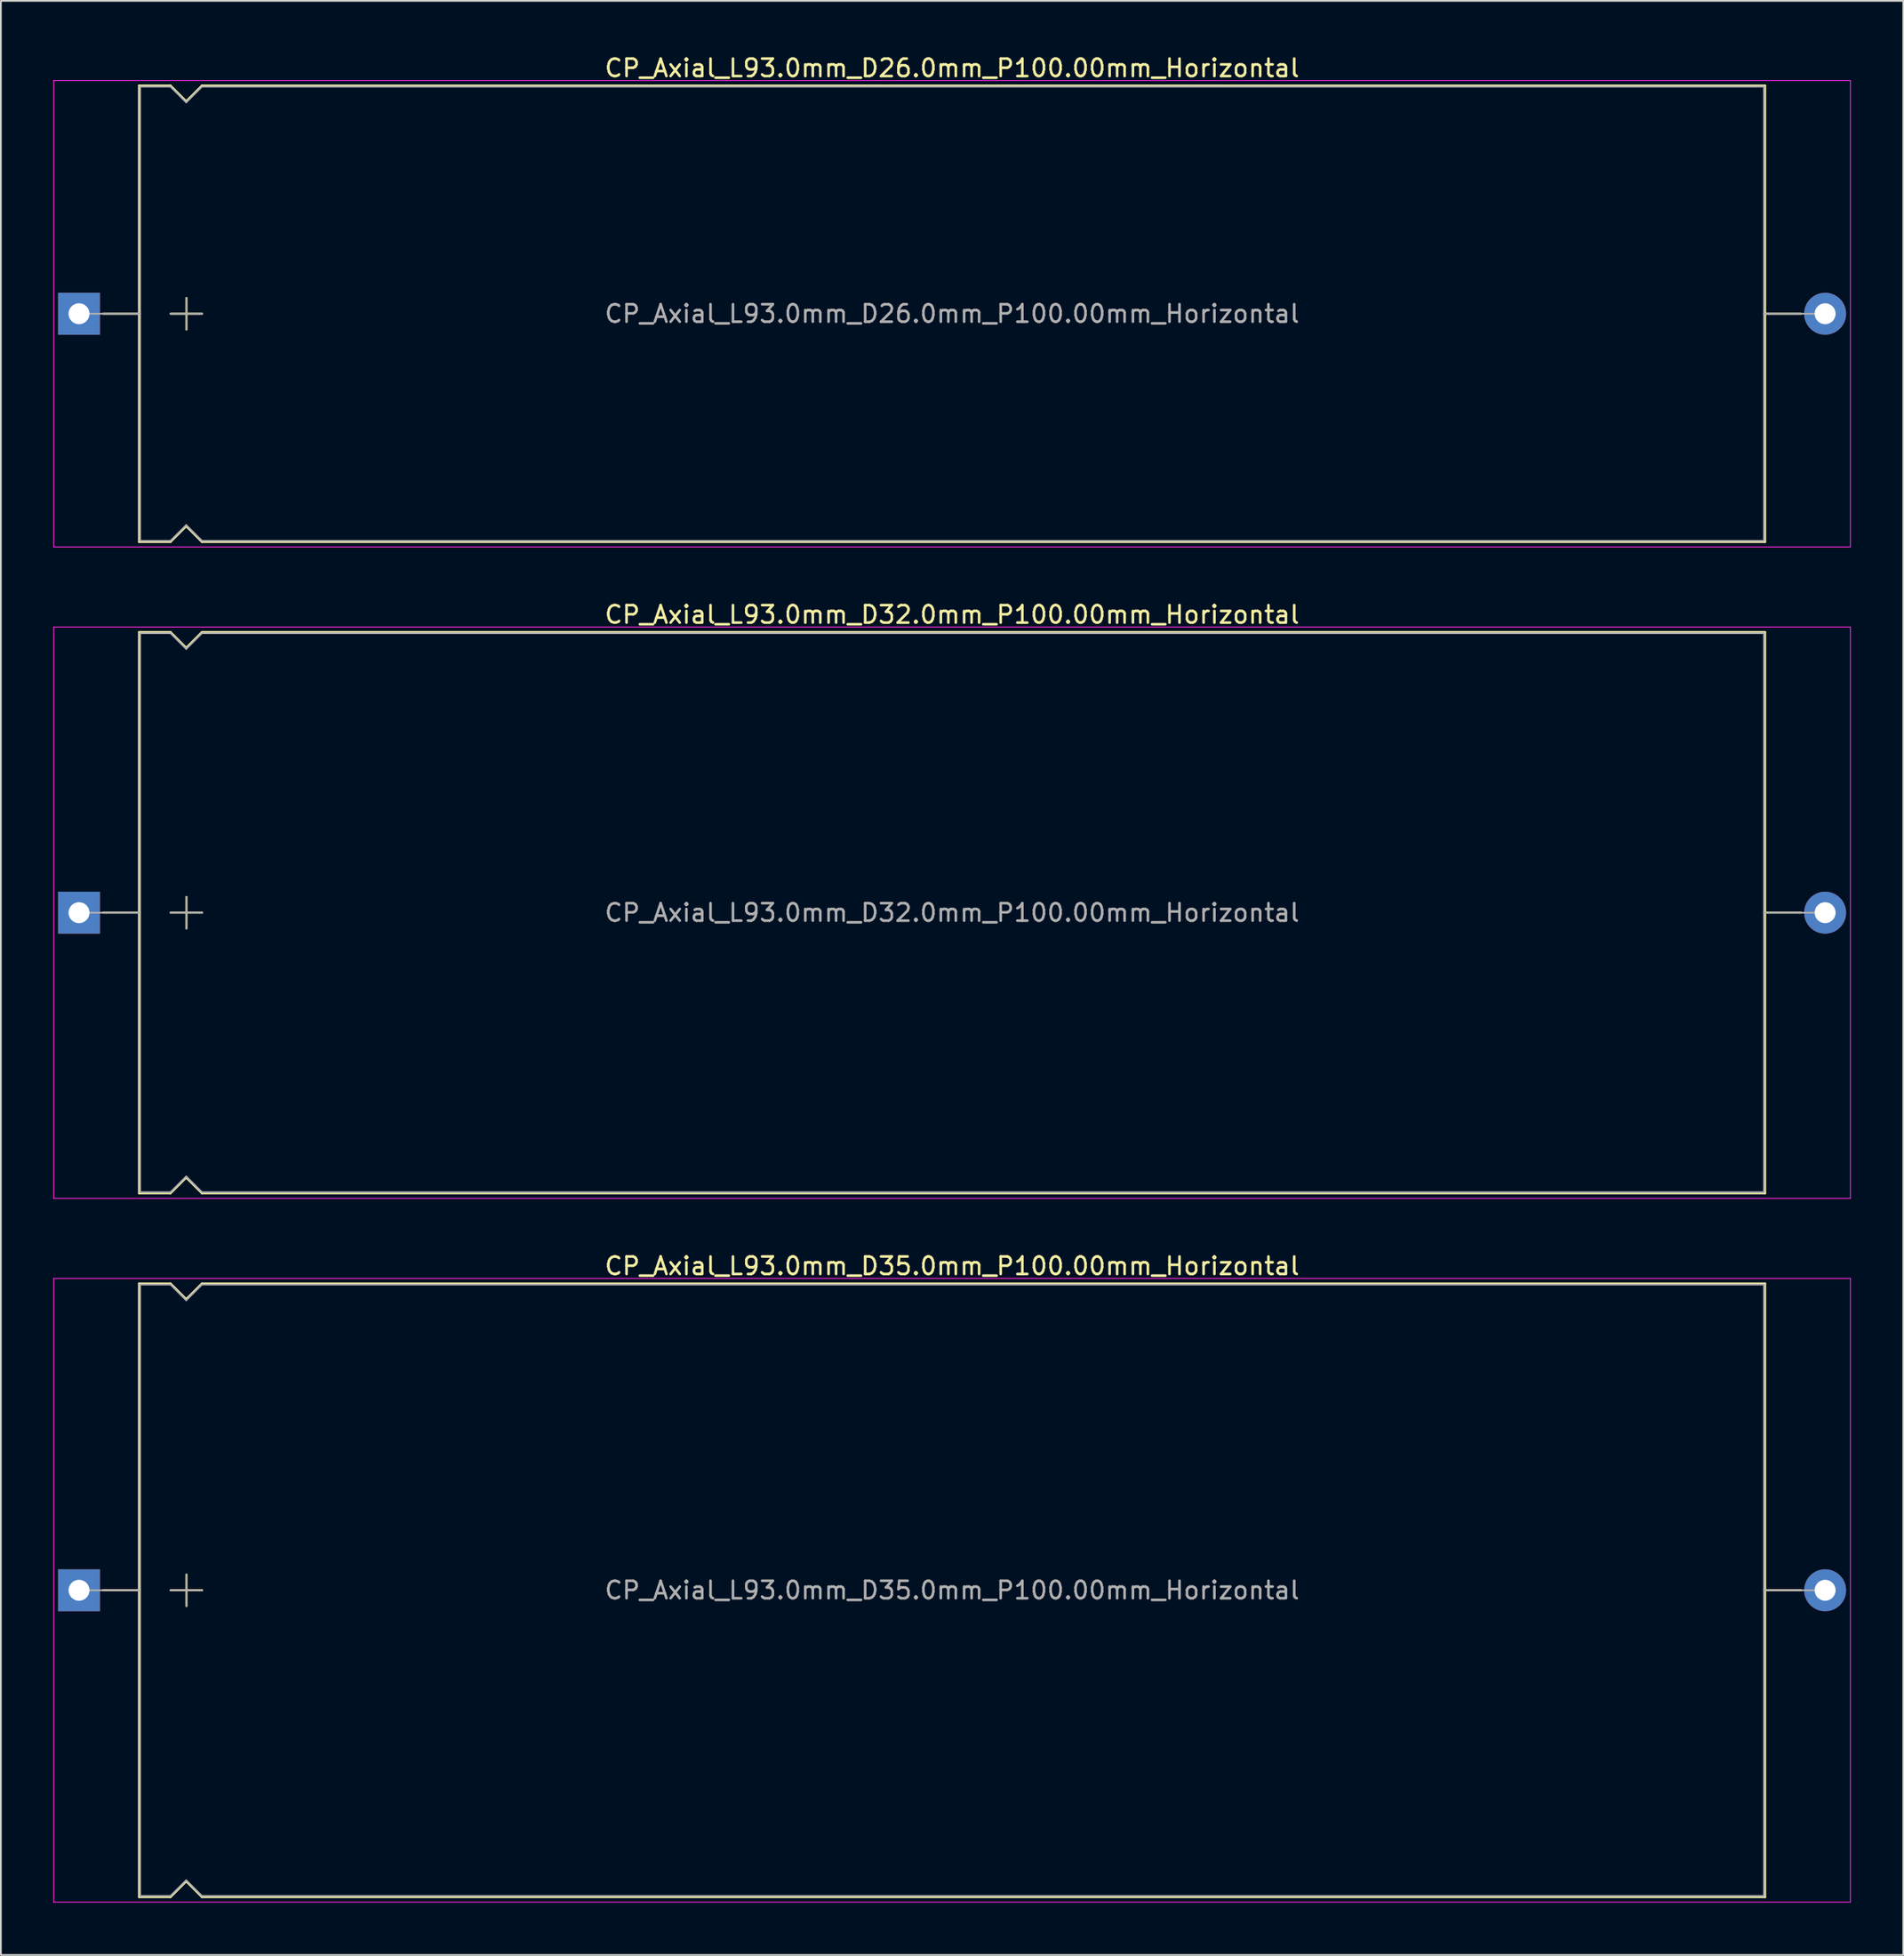
<source format=kicad_pcb>
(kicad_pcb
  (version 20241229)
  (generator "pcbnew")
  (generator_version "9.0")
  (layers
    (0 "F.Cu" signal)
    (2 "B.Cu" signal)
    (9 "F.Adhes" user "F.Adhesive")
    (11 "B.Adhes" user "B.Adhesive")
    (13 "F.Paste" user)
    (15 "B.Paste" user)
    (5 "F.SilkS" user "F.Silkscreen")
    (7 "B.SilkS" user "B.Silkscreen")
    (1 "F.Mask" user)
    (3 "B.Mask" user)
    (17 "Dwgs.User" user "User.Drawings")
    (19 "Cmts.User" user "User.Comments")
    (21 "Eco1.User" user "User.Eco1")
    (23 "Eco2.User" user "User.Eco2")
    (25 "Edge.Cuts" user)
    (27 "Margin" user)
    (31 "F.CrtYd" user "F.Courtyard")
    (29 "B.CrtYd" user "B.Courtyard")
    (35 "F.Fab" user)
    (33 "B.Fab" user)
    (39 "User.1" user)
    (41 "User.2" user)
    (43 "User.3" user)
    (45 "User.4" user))
  (footprint "CP_Axial_L93.0mm_D32.0mm_P100.00mm_Horizontal"
    (layer "F.Cu")
    (at 1.475 49.191)
    (property "Reference" "CP_Axial_L93.0mm_D32.0mm_P100.00mm_Horizontal" (at 50 -17.06 0) (layer "F.SilkS") (effects (font (size 1 1) (thickness 0.15))))
    (attr through_hole)
    (fp_line (start 1.38 0) (end 3.44 0) (stroke (width 0.12) (type solid)) (layer "F.SilkS"))
    (fp_line (start 3.44 -16.06) (end 3.44 16.06) (stroke (width 0.12) (type solid)) (layer "F.SilkS"))
    (fp_line (start 3.44 -16.06) (end 5.24 -16.06) (stroke (width 0.12) (type solid)) (layer "F.SilkS"))
    (fp_line (start 3.44 16.06) (end 5.24 16.06) (stroke (width 0.12) (type solid)) (layer "F.SilkS"))
    (fp_line (start 5.24 -16.06) (end 6.14 -15.16) (stroke (width 0.12) (type solid)) (layer "F.SilkS"))
    (fp_line (start 5.24 16.06) (end 6.14 15.16) (stroke (width 0.12) (type solid)) (layer "F.SilkS"))
    (fp_line (start 5.25 0) (end 7.05 0) (stroke (width 0.12) (type solid)) (layer "F.SilkS"))
    (fp_line (start 6.14 -15.16) (end 7.04 -16.06) (stroke (width 0.12) (type solid)) (layer "F.SilkS"))
    (fp_line (start 6.14 15.16) (end 7.04 16.06) (stroke (width 0.12) (type solid)) (layer "F.SilkS"))
    (fp_line (start 6.15 -0.9) (end 6.15 0.9) (stroke (width 0.12) (type solid)) (layer "F.SilkS"))
    (fp_line (start 7.04 -16.06) (end 96.56 -16.06) (stroke (width 0.12) (type solid)) (layer "F.SilkS"))
    (fp_line (start 7.04 16.06) (end 96.56 16.06) (stroke (width 0.12) (type solid)) (layer "F.SilkS"))
    (fp_line (start 96.56 -16.06) (end 96.56 16.06) (stroke (width 0.12) (type solid)) (layer "F.SilkS"))
    (fp_line (start 98.62 0) (end 96.56 0) (stroke (width 0.12) (type solid)) (layer "F.SilkS"))
    (fp_line (start -1.45 -16.35) (end -1.45 16.35) (stroke (width 0.05) (type solid)) (layer "F.CrtYd"))
    (fp_line (start -1.45 16.35) (end 101.45 16.35) (stroke (width 0.05) (type solid)) (layer "F.CrtYd"))
    (fp_line (start 101.45 -16.35) (end -1.45 -16.35) (stroke (width 0.05) (type solid)) (layer "F.CrtYd"))
    (fp_line (start 101.45 16.35) (end 101.45 -16.35) (stroke (width 0.05) (type solid)) (layer "F.CrtYd"))
    (fp_line (start 0 0) (end 3.5 0) (stroke (width 0.1) (type solid)) (layer "F.Fab"))
    (fp_line (start 3.5 -16) (end 3.5 16) (stroke (width 0.1) (type solid)) (layer "F.Fab"))
    (fp_line (start 3.5 -16) (end 5.24 -16) (stroke (width 0.1) (type solid)) (layer "F.Fab"))
    (fp_line (start 3.5 16) (end 5.24 16) (stroke (width 0.1) (type solid)) (layer "F.Fab"))
    (fp_line (start 5.24 -16) (end 6.14 -15.1) (stroke (width 0.1) (type solid)) (layer "F.Fab"))
    (fp_line (start 5.24 16) (end 6.14 15.1) (stroke (width 0.1) (type solid)) (layer "F.Fab"))
    (fp_line (start 5.25 0) (end 7.05 0) (stroke (width 0.1) (type solid)) (layer "F.Fab"))
    (fp_line (start 6.14 -15.1) (end 7.04 -16) (stroke (width 0.1) (type solid)) (layer "F.Fab"))
    (fp_line (start 6.14 15.1) (end 7.04 16) (stroke (width 0.1) (type solid)) (layer "F.Fab"))
    (fp_line (start 6.15 -0.9) (end 6.15 0.9) (stroke (width 0.1) (type solid)) (layer "F.Fab"))
    (fp_line (start 7.04 -16) (end 96.5 -16) (stroke (width 0.1) (type solid)) (layer "F.Fab"))
    (fp_line (start 7.04 16) (end 96.5 16) (stroke (width 0.1) (type solid)) (layer "F.Fab"))
    (fp_line (start 96.5 -16) (end 96.5 16) (stroke (width 0.1) (type solid)) (layer "F.Fab"))
    (fp_line (start 100 0) (end 96.5 0) (stroke (width 0.1) (type solid)) (layer "F.Fab"))
    (fp_text user "${REFERENCE}" (at 50 0 0) (layer "F.Fab") (effects (font (size 1 1) (thickness 0.15))))
    (pad "1" thru_hole rect (at 0 0) (size 2.4 2.4) (drill 1.2) (layers "*.Cu" "*.Mask"))
    (pad "2" thru_hole oval (at 100 0) (size 2.4 2.4) (drill 1.2) (layers "*.Cu" "*.Mask")))
  (footprint "CP_Axial_L93.0mm_D26.0mm_P100.00mm_Horizontal"
    (layer "F.Cu")
    (at 1.475 14.908)
    (property "Reference" "CP_Axial_L93.0mm_D26.0mm_P100.00mm_Horizontal" (at 50 -14.06 0) (layer "F.SilkS") (effects (font (size 1 1) (thickness 0.15))))
    (attr through_hole)
    (fp_line (start 1.38 0) (end 3.44 0) (stroke (width 0.12) (type solid)) (layer "F.SilkS"))
    (fp_line (start 3.44 -13.06) (end 3.44 13.06) (stroke (width 0.12) (type solid)) (layer "F.SilkS"))
    (fp_line (start 3.44 -13.06) (end 5.24 -13.06) (stroke (width 0.12) (type solid)) (layer "F.SilkS"))
    (fp_line (start 3.44 13.06) (end 5.24 13.06) (stroke (width 0.12) (type solid)) (layer "F.SilkS"))
    (fp_line (start 5.24 -13.06) (end 6.14 -12.16) (stroke (width 0.12) (type solid)) (layer "F.SilkS"))
    (fp_line (start 5.24 13.06) (end 6.14 12.16) (stroke (width 0.12) (type solid)) (layer "F.SilkS"))
    (fp_line (start 5.25 0) (end 7.05 0) (stroke (width 0.12) (type solid)) (layer "F.SilkS"))
    (fp_line (start 6.14 -12.16) (end 7.04 -13.06) (stroke (width 0.12) (type solid)) (layer "F.SilkS"))
    (fp_line (start 6.14 12.16) (end 7.04 13.06) (stroke (width 0.12) (type solid)) (layer "F.SilkS"))
    (fp_line (start 6.15 -0.9) (end 6.15 0.9) (stroke (width 0.12) (type solid)) (layer "F.SilkS"))
    (fp_line (start 7.04 -13.06) (end 96.56 -13.06) (stroke (width 0.12) (type solid)) (layer "F.SilkS"))
    (fp_line (start 7.04 13.06) (end 96.56 13.06) (stroke (width 0.12) (type solid)) (layer "F.SilkS"))
    (fp_line (start 96.56 -13.06) (end 96.56 13.06) (stroke (width 0.12) (type solid)) (layer "F.SilkS"))
    (fp_line (start 98.62 0) (end 96.56 0) (stroke (width 0.12) (type solid)) (layer "F.SilkS"))
    (fp_line (start -1.45 -13.35) (end -1.45 13.35) (stroke (width 0.05) (type solid)) (layer "F.CrtYd"))
    (fp_line (start -1.45 13.35) (end 101.45 13.35) (stroke (width 0.05) (type solid)) (layer "F.CrtYd"))
    (fp_line (start 101.45 -13.35) (end -1.45 -13.35) (stroke (width 0.05) (type solid)) (layer "F.CrtYd"))
    (fp_line (start 101.45 13.35) (end 101.45 -13.35) (stroke (width 0.05) (type solid)) (layer "F.CrtYd"))
    (fp_line (start 0 0) (end 3.5 0) (stroke (width 0.1) (type solid)) (layer "F.Fab"))
    (fp_line (start 3.5 -13) (end 3.5 13) (stroke (width 0.1) (type solid)) (layer "F.Fab"))
    (fp_line (start 3.5 -13) (end 5.24 -13) (stroke (width 0.1) (type solid)) (layer "F.Fab"))
    (fp_line (start 3.5 13) (end 5.24 13) (stroke (width 0.1) (type solid)) (layer "F.Fab"))
    (fp_line (start 5.24 -13) (end 6.14 -12.1) (stroke (width 0.1) (type solid)) (layer "F.Fab"))
    (fp_line (start 5.24 13) (end 6.14 12.1) (stroke (width 0.1) (type solid)) (layer "F.Fab"))
    (fp_line (start 5.25 0) (end 7.05 0) (stroke (width 0.1) (type solid)) (layer "F.Fab"))
    (fp_line (start 6.14 -12.1) (end 7.04 -13) (stroke (width 0.1) (type solid)) (layer "F.Fab"))
    (fp_line (start 6.14 12.1) (end 7.04 13) (stroke (width 0.1) (type solid)) (layer "F.Fab"))
    (fp_line (start 6.15 -0.9) (end 6.15 0.9) (stroke (width 0.1) (type solid)) (layer "F.Fab"))
    (fp_line (start 7.04 -13) (end 96.5 -13) (stroke (width 0.1) (type solid)) (layer "F.Fab"))
    (fp_line (start 7.04 13) (end 96.5 13) (stroke (width 0.1) (type solid)) (layer "F.Fab"))
    (fp_line (start 96.5 -13) (end 96.5 13) (stroke (width 0.1) (type solid)) (layer "F.Fab"))
    (fp_line (start 100 0) (end 96.5 0) (stroke (width 0.1) (type solid)) (layer "F.Fab"))
    (fp_text user "${REFERENCE}" (at 50 0 0) (layer "F.Fab") (effects (font (size 1 1) (thickness 0.15))))
    (pad "1" thru_hole rect (at 0 0) (size 2.4 2.4) (drill 1.2) (layers "*.Cu" "*.Mask"))
    (pad "2" thru_hole oval (at 100 0) (size 2.4 2.4) (drill 1.2) (layers "*.Cu" "*.Mask")))
  (footprint "CP_Axial_L93.0mm_D35.0mm_P100.00mm_Horizontal"
    (layer "F.Cu")
    (at 1.475 87.975)
    (property "Reference" "CP_Axial_L93.0mm_D35.0mm_P100.00mm_Horizontal" (at 50 -18.56 0) (layer "F.SilkS") (effects (font (size 1 1) (thickness 0.15))))
    (attr through_hole)
    (fp_line (start 1.38 0) (end 3.44 0) (stroke (width 0.12) (type solid)) (layer "F.SilkS"))
    (fp_line (start 3.44 -17.56) (end 3.44 17.56) (stroke (width 0.12) (type solid)) (layer "F.SilkS"))
    (fp_line (start 3.44 -17.56) (end 5.24 -17.56) (stroke (width 0.12) (type solid)) (layer "F.SilkS"))
    (fp_line (start 3.44 17.56) (end 5.24 17.56) (stroke (width 0.12) (type solid)) (layer "F.SilkS"))
    (fp_line (start 5.24 -17.56) (end 6.14 -16.66) (stroke (width 0.12) (type solid)) (layer "F.SilkS"))
    (fp_line (start 5.24 17.56) (end 6.14 16.66) (stroke (width 0.12) (type solid)) (layer "F.SilkS"))
    (fp_line (start 5.25 0) (end 7.05 0) (stroke (width 0.12) (type solid)) (layer "F.SilkS"))
    (fp_line (start 6.14 -16.66) (end 7.04 -17.56) (stroke (width 0.12) (type solid)) (layer "F.SilkS"))
    (fp_line (start 6.14 16.66) (end 7.04 17.56) (stroke (width 0.12) (type solid)) (layer "F.SilkS"))
    (fp_line (start 6.15 -0.9) (end 6.15 0.9) (stroke (width 0.12) (type solid)) (layer "F.SilkS"))
    (fp_line (start 7.04 -17.56) (end 96.56 -17.56) (stroke (width 0.12) (type solid)) (layer "F.SilkS"))
    (fp_line (start 7.04 17.56) (end 96.56 17.56) (stroke (width 0.12) (type solid)) (layer "F.SilkS"))
    (fp_line (start 96.56 -17.56) (end 96.56 17.56) (stroke (width 0.12) (type solid)) (layer "F.SilkS"))
    (fp_line (start 98.62 0) (end 96.56 0) (stroke (width 0.12) (type solid)) (layer "F.SilkS"))
    (fp_line (start -1.45 -17.85) (end -1.45 17.85) (stroke (width 0.05) (type solid)) (layer "F.CrtYd"))
    (fp_line (start -1.45 17.85) (end 101.45 17.85) (stroke (width 0.05) (type solid)) (layer "F.CrtYd"))
    (fp_line (start 101.45 -17.85) (end -1.45 -17.85) (stroke (width 0.05) (type solid)) (layer "F.CrtYd"))
    (fp_line (start 101.45 17.85) (end 101.45 -17.85) (stroke (width 0.05) (type solid)) (layer "F.CrtYd"))
    (fp_line (start 0 0) (end 3.5 0) (stroke (width 0.1) (type solid)) (layer "F.Fab"))
    (fp_line (start 3.5 -17.5) (end 3.5 17.5) (stroke (width 0.1) (type solid)) (layer "F.Fab"))
    (fp_line (start 3.5 -17.5) (end 5.24 -17.5) (stroke (width 0.1) (type solid)) (layer "F.Fab"))
    (fp_line (start 3.5 17.5) (end 5.24 17.5) (stroke (width 0.1) (type solid)) (layer "F.Fab"))
    (fp_line (start 5.24 -17.5) (end 6.14 -16.6) (stroke (width 0.1) (type solid)) (layer "F.Fab"))
    (fp_line (start 5.24 17.5) (end 6.14 16.6) (stroke (width 0.1) (type solid)) (layer "F.Fab"))
    (fp_line (start 5.25 0) (end 7.05 0) (stroke (width 0.1) (type solid)) (layer "F.Fab"))
    (fp_line (start 6.14 -16.6) (end 7.04 -17.5) (stroke (width 0.1) (type solid)) (layer "F.Fab"))
    (fp_line (start 6.14 16.6) (end 7.04 17.5) (stroke (width 0.1) (type solid)) (layer "F.Fab"))
    (fp_line (start 6.15 -0.9) (end 6.15 0.9) (stroke (width 0.1) (type solid)) (layer "F.Fab"))
    (fp_line (start 7.04 -17.5) (end 96.5 -17.5) (stroke (width 0.1) (type solid)) (layer "F.Fab"))
    (fp_line (start 7.04 17.5) (end 96.5 17.5) (stroke (width 0.1) (type solid)) (layer "F.Fab"))
    (fp_line (start 96.5 -17.5) (end 96.5 17.5) (stroke (width 0.1) (type solid)) (layer "F.Fab"))
    (fp_line (start 100 0) (end 96.5 0) (stroke (width 0.1) (type solid)) (layer "F.Fab"))
    (fp_text user "${REFERENCE}" (at 50 0 0) (layer "F.Fab") (effects (font (size 1 1) (thickness 0.15))))
    (pad "1" thru_hole rect (at 0 0) (size 2.4 2.4) (drill 1.2) (layers "*.Cu" "*.Mask"))
    (pad "2" thru_hole oval (at 100 0) (size 2.4 2.4) (drill 1.2) (layers "*.Cu" "*.Mask")))
  (gr_rect
    (start -3 -3)
    (end 105.95 108.85)
    (stroke (width 0.1) (type default))
    (fill no)
    (layer "Edge.Cuts")))
</source>
